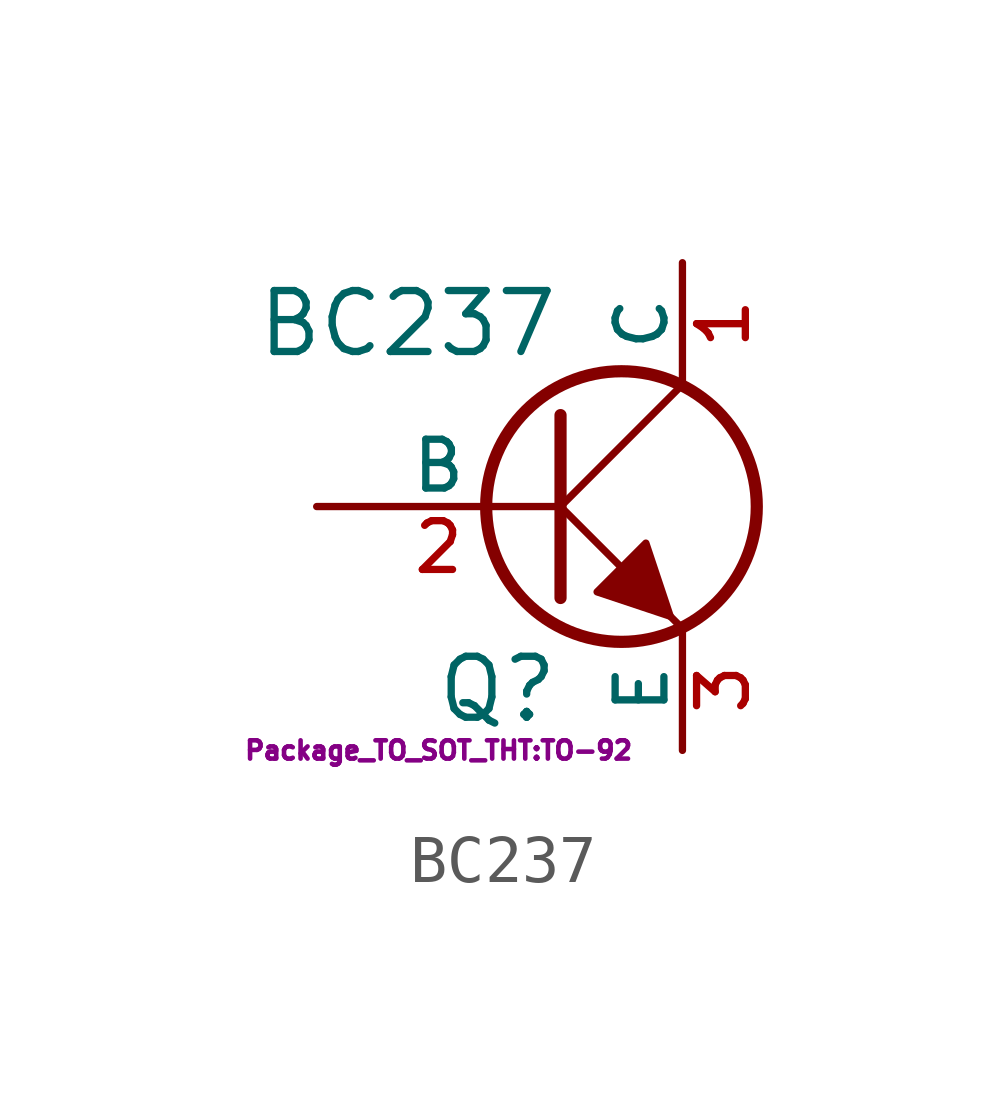
<source format=kicad_sym>
(kicad_symbol_lib
  (version 20201005)
  (generator kicad_symbol_editor)
  (symbol "pic_programmer_schlib:BC237"
    (pin_names
      (offset 0))
    (property "Reference" "Q"
      (at 0 -3.81 0)
      (effects (font (size 1.27 1.27)) (justify right)))
    (property "Value" "BC237"
      (at 0 3.81 0)
      (effects (font (size 1.27 1.27)) (justify right)))
    (property "Footprint" "Package_TO_SOT_THT:TO-92"
      (at -2.54 -5.08 0)
      (effects (font (size 0.381 0.381))))
    (property "Datasheet" ""
      (at 0 0 0)
      (effects (font (size 1.524 1.524))))
    (symbol "BC237_0_1"
      (circle (center 1.27 0) (radius 2.819) (stroke (width 0.254)) (fill (type none)))
      (polyline (pts (xy 0 0) (xy 2.54 2.54)) (stroke (width 0)) (fill (type none)))
      (polyline (pts (xy 0 1.905) (xy 0 -1.905) (xy 0 -1.905)) (stroke (width 0.254)) (fill (type none)))
      (polyline (pts (xy 1.27 -1.27) (xy 0 0) (xy 0 0)) (stroke (width 0)) (fill (type none)))
      (polyline (pts (xy 2.286 -2.286) (xy 2.54 -2.54) (xy 2.54 -2.54)) (stroke (width 0)) (fill (type none)))
      (polyline (pts (xy 2.286 -2.286) (xy 1.778 -0.762) (xy 0.762 -1.778) (xy 2.286 -2.286) (xy 2.286 -2.286)) (stroke (width 0)) (fill (type outline))))
    (symbol "BC237_1_1"
      (pin passive line (at 2.54 5.08 270) (length 2.54) (name "C" (effects (font (size 1.016 1.016)))) (number "1" (effects (font (size 1.016 1.016)))))
      (pin input line (at -5.08 0 0) (length 5.08) (name "B" (effects (font (size 1.016 1.016)))) (number "2" (effects (font (size 1.016 1.016)))))
      (pin passive line (at 2.54 -5.08 90) (length 2.54) (name "E" (effects (font (size 1.016 1.016)))) (number "3" (effects (font (size 1.016 1.016))))))))
</source>
